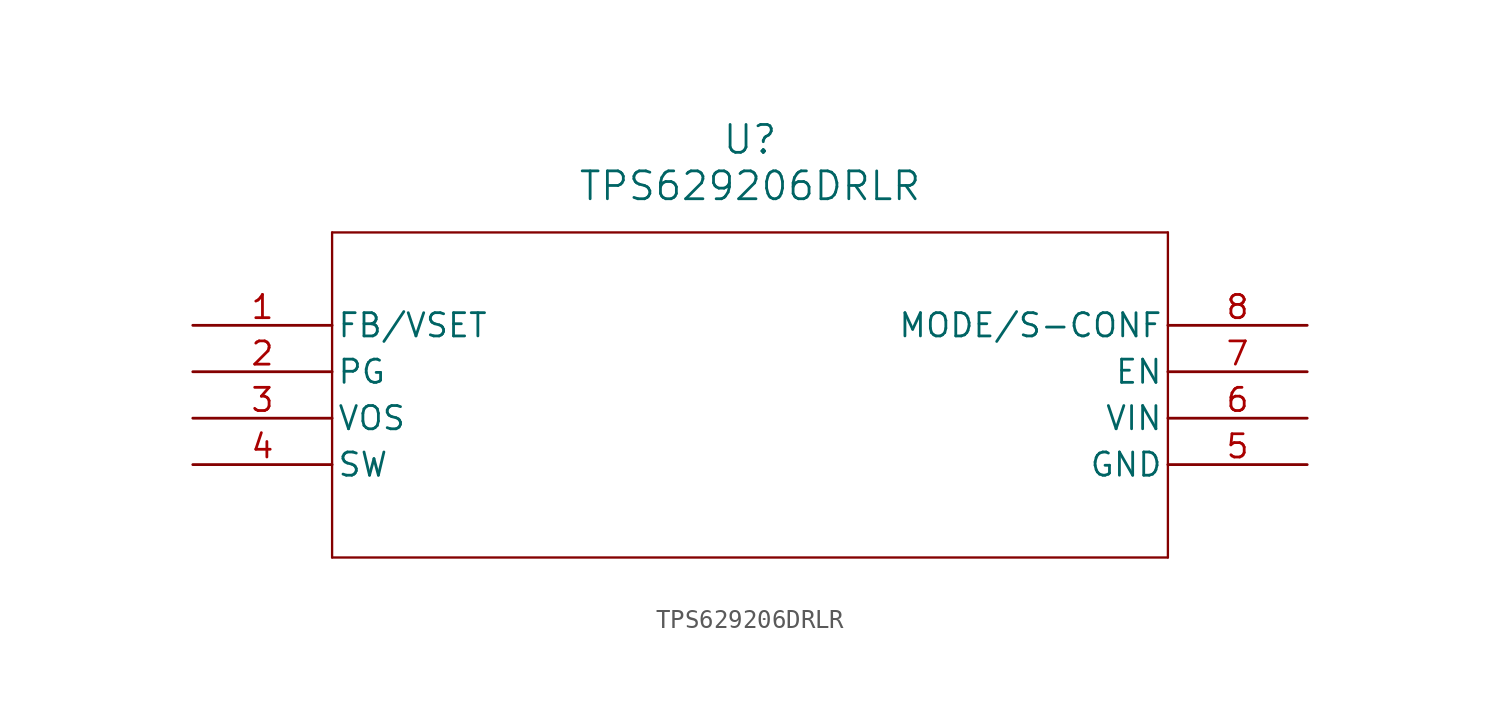
<source format=kicad_sym>
(kicad_symbol_lib
  (version 20211014)
  (generator kicad_symbol_editor)
  (symbol "TPS629206DRLR"
    (pin_names
      (offset 0.254))
    (property "Reference" "U"
      (at 30.48 10.16 0)
      (effects (font (size 1.524 1.524))))
    (property "Value" "TPS629206DRLR"
      (at 30.48 7.62 0)
      (effects (font (size 1.524 1.524))))
    (polyline
      (pts (xy 7.62 5.08) (xy 7.62 -12.7))
      (stroke (width 0.127) (type default) (color 0 0 0 0))
      (fill (type none)))
    (polyline
      (pts (xy 7.62 -12.7) (xy 53.34 -12.7))
      (stroke (width 0.127) (type default) (color 0 0 0 0))
      (fill (type none)))
    (polyline
      (pts (xy 53.34 -12.7) (xy 53.34 5.08))
      (stroke (width 0.127) (type default) (color 0 0 0 0))
      (fill (type none)))
    (polyline
      (pts (xy 53.34 5.08) (xy 7.62 5.08))
      (stroke (width 0.127) (type default) (color 0 0 0 0))
      (fill (type none)))
    (pin input line
      (at 0 0 0)
      (length 7.62)
      (name "FB/VSET" (effects (font (size 1.27 1.27))))
      (number "1" (effects (font (size 1.27 1.27)))))
    (pin output line
      (at 0 -2.54 0)
      (length 7.62)
      (name "PG" (effects (font (size 1.27 1.27))))
      (number "2" (effects (font (size 1.27 1.27)))))
    (pin input line
      (at 0 -5.08 0)
      (length 7.62)
      (name "VOS" (effects (font (size 1.27 1.27))))
      (number "3" (effects (font (size 1.27 1.27)))))
    (pin unspecified line
      (at 0 -7.62 0)
      (length 7.62)
      (name "SW" (effects (font (size 1.27 1.27))))
      (number "4" (effects (font (size 1.27 1.27)))))
    (pin power_out line
      (at 60.96 -7.62 180)
      (length 7.62)
      (name "GND" (effects (font (size 1.27 1.27))))
      (number "5" (effects (font (size 1.27 1.27)))))
    (pin input line
      (at 60.96 -5.08 180)
      (length 7.62)
      (name "VIN" (effects (font (size 1.27 1.27))))
      (number "6" (effects (font (size 1.27 1.27)))))
    (pin input line
      (at 60.96 -2.54 180)
      (length 7.62)
      (name "EN" (effects (font (size 1.27 1.27))))
      (number "7" (effects (font (size 1.27 1.27)))))
    (pin input line
      (at 60.96 0 180)
      (length 7.62)
      (name "MODE/S-CONF" (effects (font (size 1.27 1.27))))
      (number "8" (effects (font (size 1.27 1.27)))))))
</source>
